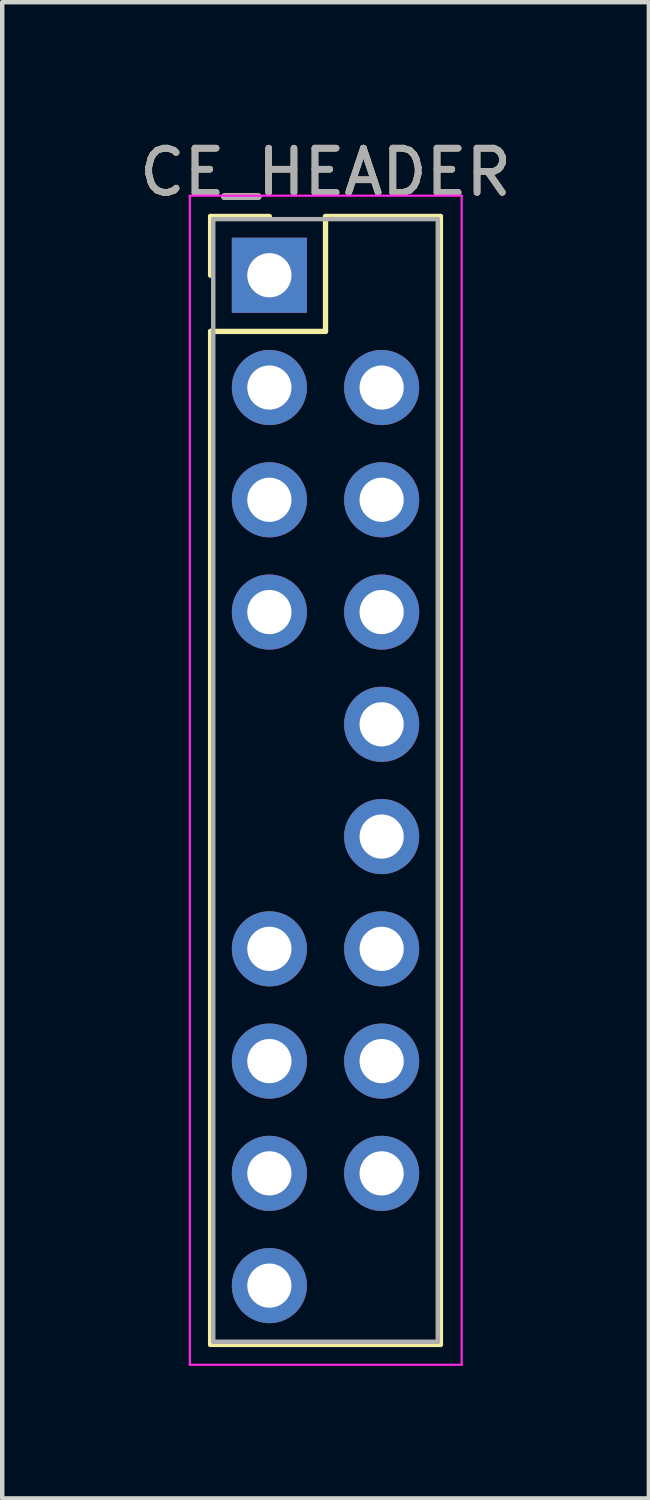
<source format=kicad_pcb>
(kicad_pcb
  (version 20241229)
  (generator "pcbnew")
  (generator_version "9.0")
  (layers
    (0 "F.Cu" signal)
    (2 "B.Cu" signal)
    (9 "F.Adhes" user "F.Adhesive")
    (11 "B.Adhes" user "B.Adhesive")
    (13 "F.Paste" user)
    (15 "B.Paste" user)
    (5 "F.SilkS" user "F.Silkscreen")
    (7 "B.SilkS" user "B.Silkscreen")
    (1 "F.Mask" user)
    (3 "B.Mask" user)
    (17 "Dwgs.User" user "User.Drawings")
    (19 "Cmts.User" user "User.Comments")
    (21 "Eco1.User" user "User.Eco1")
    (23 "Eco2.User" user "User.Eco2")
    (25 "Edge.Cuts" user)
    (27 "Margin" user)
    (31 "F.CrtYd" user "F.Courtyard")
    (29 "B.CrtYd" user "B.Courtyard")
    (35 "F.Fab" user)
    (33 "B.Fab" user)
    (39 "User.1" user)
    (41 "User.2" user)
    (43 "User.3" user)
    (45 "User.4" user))
  (footprint "CE_HEADER"
    (layer "F.Cu")
    (at 3.045 3.178)
    (property "Reference" "CE_HEADER" (at 1.27 -2.33 0) (layer "F.SilkS") (effects (font (size 1 1) (thickness 0.15))))
    (attr through_hole)
    (fp_line (start -1.33 -1.33) (end 0 -1.33) (stroke (width 0.12) (type solid)) (layer "F.SilkS"))
    (fp_line (start -1.33 0) (end -1.33 -1.33) (stroke (width 0.12) (type solid)) (layer "F.SilkS"))
    (fp_line (start -1.33 1.27) (end -1.33 24.19) (stroke (width 0.12) (type solid)) (layer "F.SilkS"))
    (fp_line (start -1.33 24.19) (end 3.87 24.19) (stroke (width 0.12) (type solid)) (layer "F.SilkS"))
    (fp_line (start 1.27 -1.33) (end 1.27 1.27) (stroke (width 0.12) (type solid)) (layer "F.SilkS"))
    (fp_line (start 1.27 1.27) (end -1.33 1.27) (stroke (width 0.12) (type solid)) (layer "F.SilkS"))
    (fp_line (start 3.87 -1.33) (end 1.27 -1.33) (stroke (width 0.12) (type solid)) (layer "F.SilkS"))
    (fp_line (start 3.87 24.19) (end 3.87 -1.33) (stroke (width 0.12) (type solid)) (layer "F.SilkS"))
    (fp_line (start -1.8 -1.8) (end -1.8 24.65) (stroke (width 0.05) (type solid)) (layer "F.CrtYd"))
    (fp_line (start -1.8 24.65) (end 4.35 24.65) (stroke (width 0.05) (type solid)) (layer "F.CrtYd"))
    (fp_line (start 4.35 -1.8) (end -1.8 -1.8) (stroke (width 0.05) (type solid)) (layer "F.CrtYd"))
    (fp_line (start 4.35 24.65) (end 4.35 -1.8) (stroke (width 0.05) (type solid)) (layer "F.CrtYd"))
    (fp_line (start -1.27 -1.27) (end -1.27 24.13) (stroke (width 0.1) (type solid)) (layer "F.Fab"))
    (fp_line (start -1.27 24.13) (end 3.81 24.13) (stroke (width 0.1) (type solid)) (layer "F.Fab"))
    (fp_line (start 3.81 -1.27) (end -1.27 -1.27) (stroke (width 0.1) (type solid)) (layer "F.Fab"))
    (fp_line (start 3.81 24.13) (end 3.81 -1.27) (stroke (width 0.1) (type solid)) (layer "F.Fab"))
    (fp_text user "${REFERENCE}" (at 1.27 -2.33 0) (layer "F.Fab") (effects (font (size 1 1) (thickness 0.15))))
    (pad "1" thru_hole rect (at 0 0) (size 1.7 1.7) (drill 1) (layers "*.Cu" "*.Mask"))
    (pad "3" thru_hole oval (at 0 2.54) (size 1.7 1.7) (drill 1) (layers "*.Cu" "*.Mask"))
    (pad "4" thru_hole oval (at 2.54 2.54) (size 1.7 1.7) (drill 1) (layers "*.Cu" "*.Mask"))
    (pad "5" thru_hole oval (at 0 5.08) (size 1.7 1.7) (drill 1) (layers "*.Cu" "*.Mask"))
    (pad "6" thru_hole oval (at 2.54 5.08) (size 1.7 1.7) (drill 1) (layers "*.Cu" "*.Mask"))
    (pad "7" thru_hole oval (at 0 7.62) (size 1.7 1.7) (drill 1) (layers "*.Cu" "*.Mask"))
    (pad "8" thru_hole oval (at 2.54 7.62) (size 1.7 1.7) (drill 1) (layers "*.Cu" "*.Mask"))
    (pad "10" thru_hole oval (at 2.54 10.16) (size 1.7 1.7) (drill 1) (layers "*.Cu" "*.Mask"))
    (pad "12" thru_hole oval (at 2.54 12.7) (size 1.7 1.7) (drill 1) (layers "*.Cu" "*.Mask"))
    (pad "13" thru_hole oval (at 0 15.24) (size 1.7 1.7) (drill 1) (layers "*.Cu" "*.Mask"))
    (pad "14" thru_hole oval (at 2.54 15.24) (size 1.7 1.7) (drill 1) (layers "*.Cu" "*.Mask"))
    (pad "15" thru_hole oval (at 0 17.78) (size 1.7 1.7) (drill 1) (layers "*.Cu" "*.Mask"))
    (pad "16" thru_hole oval (at 2.54 17.78) (size 1.7 1.7) (drill 1) (layers "*.Cu" "*.Mask"))
    (pad "17" thru_hole oval (at 0 20.32) (size 1.7 1.7) (drill 1) (layers "*.Cu" "*.Mask"))
    (pad "18" thru_hole oval (at 2.54 20.32) (size 1.7 1.7) (drill 1) (layers "*.Cu" "*.Mask"))
    (pad "19" thru_hole oval (at 0 22.86) (size 1.7 1.7) (drill 1) (layers "*.Cu" "*.Mask")))
  (gr_rect
    (start -3 -3)
    (end 11.631 30.853)
    (stroke (width 0.1) (type default))
    (fill no)
    (layer "Edge.Cuts")))
</source>
